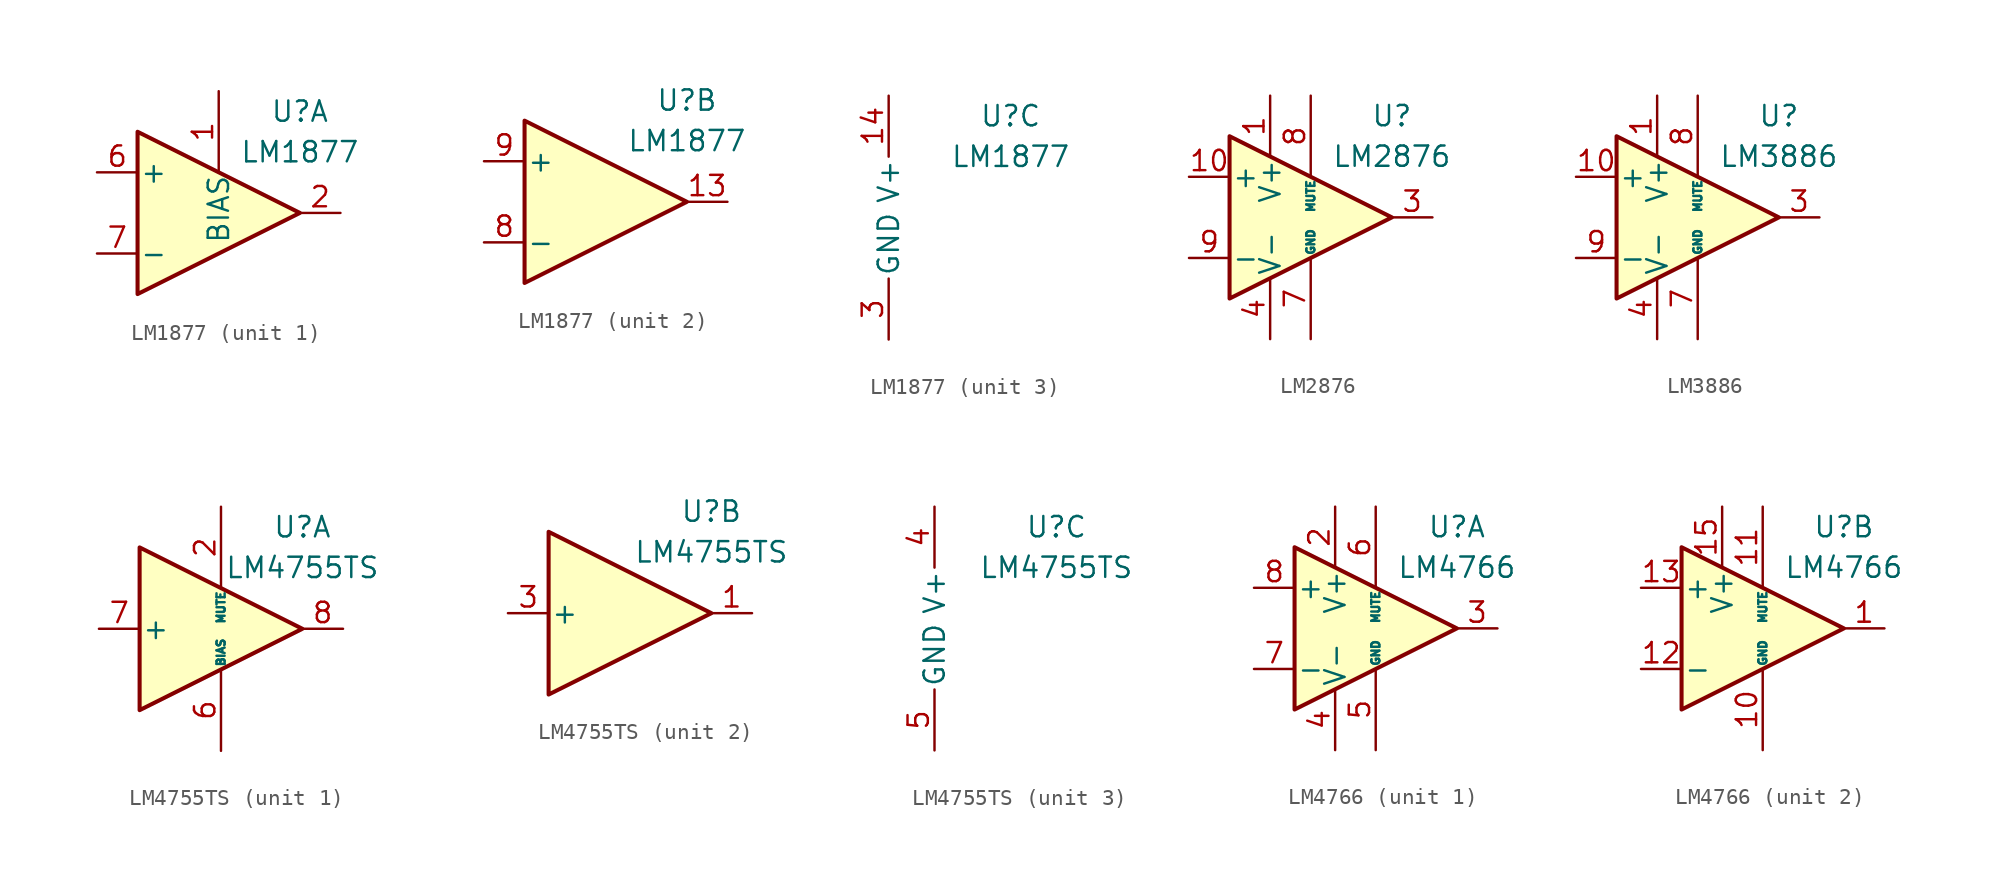
<source format=kicad_sym>
(kicad_symbol_lib
  (version 20201005)
  (generator kicad_symbol_editor)
  (symbol "Amplifier_Audio:LM1877"
    (pin_names
      (offset 0.127))
    (property "Reference" "U"
      (at 5.08 6.35 0)
      (effects (font (size 1.27 1.27))))
    (property "Value" "LM1877"
      (at 5.08 3.81 0)
      (effects (font (size 1.27 1.27))))
    (property "ki_locked" ""
      (at 0 0 0)
      (effects (font (size 1.27 1.27))))
    (symbol "LM1877_1_1"
      (polyline (pts (xy -5.08 5.08) (xy 5.08 0) (xy -5.08 -5.08) (xy -5.08 5.08)) (stroke (width 0.254)) (fill (type background)))
      (pin input line (at 0 7.62 270) (length 5.08) (name "BIAS" (effects (font (size 1.27 1.27)))) (number "1" (effects (font (size 1.27 1.27)))))
      (pin output line (at 7.62 0 180) (length 2.54) (name "~" (effects (font (size 1.27 1.27)))) (number "2" (effects (font (size 1.27 1.27)))))
      (pin input line (at -7.62 2.54 0) (length 2.54) (name "+" (effects (font (size 1.27 1.27)))) (number "6" (effects (font (size 1.27 1.27)))))
      (pin input line (at -7.62 -2.54 0) (length 2.54) (name "-" (effects (font (size 1.27 1.27)))) (number "7" (effects (font (size 1.27 1.27))))))
    (symbol "LM1877_2_1"
      (polyline (pts (xy -5.08 5.08) (xy 5.08 0) (xy -5.08 -5.08) (xy -5.08 5.08)) (stroke (width 0.254)) (fill (type background)))
      (pin output line (at 7.62 0 180) (length 2.54) (name "~" (effects (font (size 1.27 1.27)))) (number "13" (effects (font (size 1.27 1.27)))))
      (pin input line (at -7.62 -2.54 0) (length 2.54) (name "-" (effects (font (size 1.27 1.27)))) (number "8" (effects (font (size 1.27 1.27)))))
      (pin input line (at -7.62 2.54 0) (length 2.54) (name "+" (effects (font (size 1.27 1.27)))) (number "9" (effects (font (size 1.27 1.27))))))
    (symbol "LM1877_3_1"
      (pin passive line (at -2.54 -7.62 90) (length 3.81) hide (name "GND" (effects (font (size 1.27 1.27)))) (number "10" (effects (font (size 1.27 1.27)))))
      (pin passive line (at -2.54 -7.62 90) (length 3.81) hide (name "GND" (effects (font (size 1.27 1.27)))) (number "11" (effects (font (size 1.27 1.27)))))
      (pin passive line (at -2.54 -7.62 90) (length 3.81) hide (name "GND" (effects (font (size 1.27 1.27)))) (number "12" (effects (font (size 1.27 1.27)))))
      (pin power_in line (at -2.54 7.62 270) (length 3.81) (name "V+" (effects (font (size 1.27 1.27)))) (number "14" (effects (font (size 1.27 1.27)))))
      (pin power_in line (at -2.54 -7.62 90) (length 3.81) (name "GND" (effects (font (size 1.27 1.27)))) (number "3" (effects (font (size 1.27 1.27)))))
      (pin passive line (at -2.54 -7.62 90) (length 3.81) hide (name "GND" (effects (font (size 1.27 1.27)))) (number "4" (effects (font (size 1.27 1.27)))))
      (pin passive line (at -2.54 -7.62 90) (length 3.81) hide (name "GND" (effects (font (size 1.27 1.27)))) (number "5" (effects (font (size 1.27 1.27)))))))
  (symbol "Amplifier_Audio:LM2876"
    (pin_names
      (offset 0.127))
    (property "Reference" "U"
      (at 5.08 6.35 0)
      (effects (font (size 1.27 1.27))))
    (property "Value" "LM2876"
      (at 5.08 3.81 0)
      (effects (font (size 1.27 1.27))))
    (symbol "LM2876_0_1"
      (polyline (pts (xy -5.08 5.08) (xy 5.08 0) (xy -5.08 -5.08) (xy -5.08 5.08)) (stroke (width 0.254)) (fill (type background))))
    (symbol "LM2876_1_1"
      (pin power_in line (at -2.54 7.62 270) (length 3.81) (name "V+" (effects (font (size 1.27 1.27)))) (number "1" (effects (font (size 1.27 1.27)))))
      (pin input line (at -7.62 2.54 0) (length 2.54) (name "+" (effects (font (size 1.27 1.27)))) (number "10" (effects (font (size 1.27 1.27)))))
      (pin no_connect line (at 2.54 2.54 270) (length 2.54) hide (name "NC" (effects (font (size 1.27 1.27)))) (number "11" (effects (font (size 1.27 1.27)))))
      (pin no_connect line (at -2.54 2.54 270) (length 2.54) hide (name "NC" (effects (font (size 1.27 1.27)))) (number "2" (effects (font (size 1.27 1.27)))))
      (pin output line (at 7.62 0 180) (length 2.54) (name "~" (effects (font (size 1.27 1.27)))) (number "3" (effects (font (size 1.27 1.27)))))
      (pin power_in line (at -2.54 -7.62 90) (length 3.81) (name "V-" (effects (font (size 1.27 1.27)))) (number "4" (effects (font (size 1.27 1.27)))))
      (pin no_connect line (at -2.54 -2.54 270) (length 3.81) hide (name "NC" (effects (font (size 1.27 1.27)))) (number "5" (effects (font (size 1.27 1.27)))))
      (pin no_connect line (at 0 2.54 270) (length 2.54) hide (name "NC" (effects (font (size 1.27 1.27)))) (number "6" (effects (font (size 1.27 1.27)))))
      (pin power_in line (at 0 -7.62 90) (length 5.08) (name "GND" (effects (font (size 0.508 0.508)))) (number "7" (effects (font (size 1.27 1.27)))))
      (pin input line (at 0 7.62 270) (length 5.08) (name "MUTE" (effects (font (size 0.508 0.508)))) (number "8" (effects (font (size 1.27 1.27)))))
      (pin input line (at -7.62 -2.54 0) (length 2.54) (name "-" (effects (font (size 1.27 1.27)))) (number "9" (effects (font (size 1.27 1.27)))))))
  (symbol "Amplifier_Audio:LM3886"
    (pin_names
      (offset 0.127))
    (property "Reference" "U"
      (at 5.08 6.35 0)
      (effects (font (size 1.27 1.27))))
    (property "Value" "LM3886"
      (at 5.08 3.81 0)
      (effects (font (size 1.27 1.27))))
    (symbol "LM3886_0_1"
      (polyline (pts (xy -5.08 5.08) (xy 5.08 0) (xy -5.08 -5.08) (xy -5.08 5.08)) (stroke (width 0.254)) (fill (type background))))
    (symbol "LM3886_1_1"
      (pin power_in line (at -2.54 7.62 270) (length 3.81) (name "V+" (effects (font (size 1.27 1.27)))) (number "1" (effects (font (size 1.27 1.27)))))
      (pin input line (at -7.62 2.54 0) (length 2.54) (name "+" (effects (font (size 1.27 1.27)))) (number "10" (effects (font (size 1.27 1.27)))))
      (pin no_connect line (at 2.54 2.54 270) (length 2.54) hide (name "NC" (effects (font (size 1.27 1.27)))) (number "11" (effects (font (size 1.27 1.27)))))
      (pin no_connect line (at -2.54 2.54 270) (length 2.54) hide (name "NC" (effects (font (size 1.27 1.27)))) (number "2" (effects (font (size 1.27 1.27)))))
      (pin output line (at 7.62 0 180) (length 2.54) (name "~" (effects (font (size 1.27 1.27)))) (number "3" (effects (font (size 1.27 1.27)))))
      (pin power_in line (at -2.54 -7.62 90) (length 3.81) (name "V-" (effects (font (size 1.27 1.27)))) (number "4" (effects (font (size 1.27 1.27)))))
      (pin passive line (at -2.54 7.62 270) (length 3.81) hide (name "V+" (effects (font (size 1.27 1.27)))) (number "5" (effects (font (size 1.27 1.27)))))
      (pin no_connect line (at 0 2.54 270) (length 2.54) hide (name "NC" (effects (font (size 1.27 1.27)))) (number "6" (effects (font (size 1.27 1.27)))))
      (pin power_in line (at 0 -7.62 90) (length 5.08) (name "GND" (effects (font (size 0.508 0.508)))) (number "7" (effects (font (size 1.27 1.27)))))
      (pin input line (at 0 7.62 270) (length 5.08) (name "MUTE" (effects (font (size 0.508 0.508)))) (number "8" (effects (font (size 1.27 1.27)))))
      (pin input line (at -7.62 -2.54 0) (length 2.54) (name "-" (effects (font (size 1.27 1.27)))) (number "9" (effects (font (size 1.27 1.27)))))))
  (symbol "Amplifier_Audio:LM4755TS"
    (pin_names
      (offset 0.127))
    (property "Reference" "U"
      (at 5.08 6.35 0)
      (effects (font (size 1.27 1.27))))
    (property "Value" "LM4755TS"
      (at 5.08 3.81 0)
      (effects (font (size 1.27 1.27))))
    (property "ki_locked" ""
      (at 0 0 0)
      (effects (font (size 1.27 1.27))))
    (symbol "LM4755TS_1_1"
      (polyline (pts (xy -5.08 5.08) (xy 5.08 0) (xy -5.08 -5.08) (xy -5.08 5.08)) (stroke (width 0.254)) (fill (type background)))
      (pin input line (at 0 7.62 270) (length 5.08) (name "MUTE" (effects (font (size 0.508 0.508)))) (number "2" (effects (font (size 1.27 1.27)))))
      (pin input line (at 0 -7.62 90) (length 5.08) (name "BIAS" (effects (font (size 0.508 0.508)))) (number "6" (effects (font (size 1.27 1.27)))))
      (pin input line (at -7.62 0 0) (length 2.54) (name "+" (effects (font (size 1.27 1.27)))) (number "7" (effects (font (size 1.27 1.27)))))
      (pin output line (at 7.62 0 180) (length 2.54) (name "~" (effects (font (size 1.27 1.27)))) (number "8" (effects (font (size 1.27 1.27)))))
      (pin no_connect line (at 0 2.54 270) (length 2.54) hide (name "NC" (effects (font (size 1.27 1.27)))) (number "9" (effects (font (size 1.27 1.27))))))
    (symbol "LM4755TS_2_1"
      (polyline (pts (xy -5.08 5.08) (xy 5.08 0) (xy -5.08 -5.08) (xy -5.08 5.08)) (stroke (width 0.254)) (fill (type background)))
      (pin output line (at 7.62 0 180) (length 2.54) (name "~" (effects (font (size 1.27 1.27)))) (number "1" (effects (font (size 1.27 1.27)))))
      (pin input line (at -7.62 0 0) (length 2.54) (name "+" (effects (font (size 1.27 1.27)))) (number "3" (effects (font (size 1.27 1.27))))))
    (symbol "LM4755TS_3_1"
      (pin power_in line (at -2.54 7.62 270) (length 3.81) (name "V+" (effects (font (size 1.27 1.27)))) (number "4" (effects (font (size 1.27 1.27)))))
      (pin power_in line (at -2.54 -7.62 90) (length 3.81) (name "GND" (effects (font (size 1.27 1.27)))) (number "5" (effects (font (size 1.27 1.27)))))))
  (symbol "Amplifier_Audio:LM4766"
    (pin_names
      (offset 0.127))
    (property "Reference" "U"
      (at 5.08 6.35 0)
      (effects (font (size 1.27 1.27))))
    (property "Value" "LM4766"
      (at 5.08 3.81 0)
      (effects (font (size 1.27 1.27))))
    (property "ki_locked" ""
      (at 0 0 0)
      (effects (font (size 1.27 1.27))))
    (symbol "LM4766_0_1"
      (polyline (pts (xy -5.08 5.08) (xy 5.08 0) (xy -5.08 -5.08) (xy -5.08 5.08)) (stroke (width 0.254)) (fill (type background))))
    (symbol "LM4766_1_1"
      (pin power_in line (at -2.54 7.62 270) (length 3.81) (name "V+" (effects (font (size 1.27 1.27)))) (number "2" (effects (font (size 1.27 1.27)))))
      (pin output line (at 7.62 0 180) (length 2.54) (name "~" (effects (font (size 1.27 1.27)))) (number "3" (effects (font (size 1.27 1.27)))))
      (pin power_in line (at -2.54 -7.62 90) (length 3.81) (name "V-" (effects (font (size 1.27 1.27)))) (number "4" (effects (font (size 1.27 1.27)))))
      (pin power_in line (at 0 -7.62 90) (length 5.08) (name "GND" (effects (font (size 0.508 0.508)))) (number "5" (effects (font (size 1.27 1.27)))))
      (pin input line (at 0 7.62 270) (length 5.08) (name "MUTE" (effects (font (size 0.508 0.508)))) (number "6" (effects (font (size 1.27 1.27)))))
      (pin input line (at -7.62 -2.54 0) (length 2.54) (name "-" (effects (font (size 1.27 1.27)))) (number "7" (effects (font (size 1.27 1.27)))))
      (pin input line (at -7.62 2.54 0) (length 2.54) (name "+" (effects (font (size 1.27 1.27)))) (number "8" (effects (font (size 1.27 1.27)))))
      (pin no_connect line (at 0 2.54 270) (length 2.54) hide (name "NC" (effects (font (size 1.27 1.27)))) (number "9" (effects (font (size 1.27 1.27))))))
    (symbol "LM4766_2_1"
      (pin output line (at 7.62 0 180) (length 2.54) (name "~" (effects (font (size 1.27 1.27)))) (number "1" (effects (font (size 1.27 1.27)))))
      (pin power_in line (at 0 -7.62 90) (length 5.08) (name "GND" (effects (font (size 0.508 0.508)))) (number "10" (effects (font (size 1.27 1.27)))))
      (pin input line (at 0 7.62 270) (length 5.08) (name "MUTE" (effects (font (size 0.508 0.508)))) (number "11" (effects (font (size 1.27 1.27)))))
      (pin input line (at -7.62 -2.54 0) (length 2.54) (name "-" (effects (font (size 1.27 1.27)))) (number "12" (effects (font (size 1.27 1.27)))))
      (pin input line (at -7.62 2.54 0) (length 2.54) (name "+" (effects (font (size 1.27 1.27)))) (number "13" (effects (font (size 1.27 1.27)))))
      (pin no_connect line (at 0 2.54 270) (length 2.54) hide (name "NC" (effects (font (size 1.27 1.27)))) (number "14" (effects (font (size 1.27 1.27)))))
      (pin power_in line (at -2.54 7.62 270) (length 3.81) (name "V+" (effects (font (size 1.27 1.27)))) (number "15" (effects (font (size 1.27 1.27))))))))
</source>
